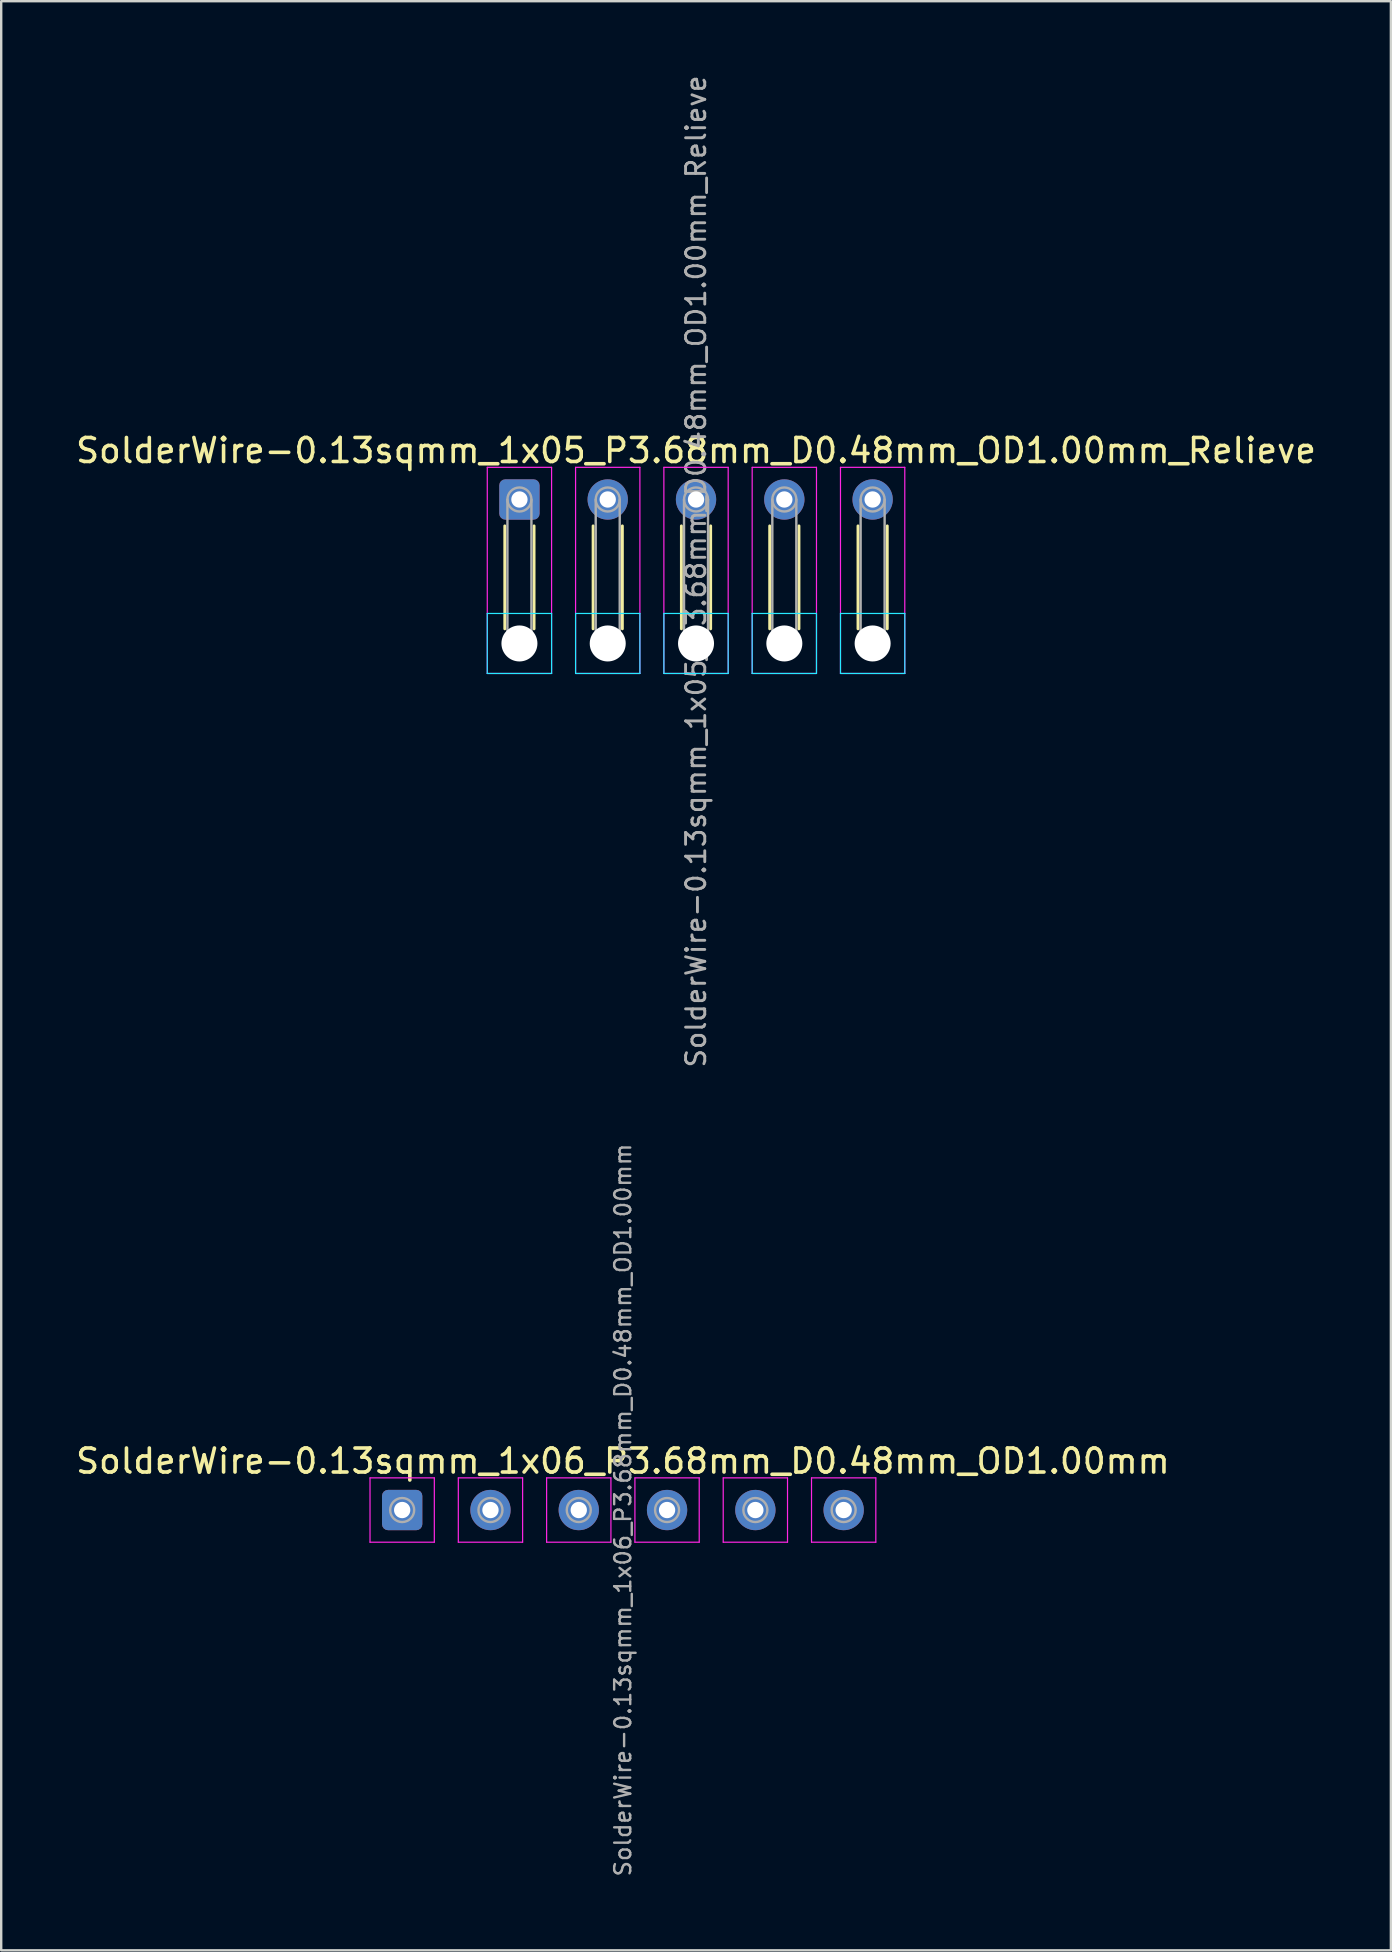
<source format=kicad_pcb>
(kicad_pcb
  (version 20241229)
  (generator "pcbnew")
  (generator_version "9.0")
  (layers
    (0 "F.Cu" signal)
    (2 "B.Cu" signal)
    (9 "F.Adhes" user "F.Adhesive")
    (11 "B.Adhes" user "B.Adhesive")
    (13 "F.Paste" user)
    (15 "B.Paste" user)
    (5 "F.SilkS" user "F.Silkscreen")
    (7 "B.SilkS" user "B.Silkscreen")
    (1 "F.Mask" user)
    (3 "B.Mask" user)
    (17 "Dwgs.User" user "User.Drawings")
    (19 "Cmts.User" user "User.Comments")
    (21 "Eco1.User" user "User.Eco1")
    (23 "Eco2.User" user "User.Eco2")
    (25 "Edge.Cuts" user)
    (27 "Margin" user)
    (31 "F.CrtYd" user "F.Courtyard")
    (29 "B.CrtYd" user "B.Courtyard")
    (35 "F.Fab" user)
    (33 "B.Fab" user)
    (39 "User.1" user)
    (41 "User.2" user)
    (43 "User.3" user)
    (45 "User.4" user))
  (footprint "SolderWire-0.13sqmm_1x05_P3.68mm_D0.48mm_OD1.00mm_Relieve"
    (layer "F.Cu")
    (at 18.598 17.767)
    (property "Reference" "SolderWire-0.13sqmm_1x05_P3.68mm_D0.48mm_OD1.00mm_Relieve" (at 7.36 -2.04 0) (layer "F.SilkS") (effects (font (size 1 1) (thickness 0.15))))
    (attr exclude_from_pos_files exclude_from_bom)
    (fp_line (start -0.61 1.1) (end -0.61 5.39) (stroke (width 0.12) (type solid)) (layer "F.SilkS"))
    (fp_line (start 0.61 1.1) (end 0.61 5.39) (stroke (width 0.12) (type solid)) (layer "F.SilkS"))
    (fp_line (start 3.07 1.1) (end 3.07 5.39) (stroke (width 0.12) (type solid)) (layer "F.SilkS"))
    (fp_line (start 4.29 1.1) (end 4.29 5.39) (stroke (width 0.12) (type solid)) (layer "F.SilkS"))
    (fp_line (start 6.75 1.1) (end 6.75 5.39) (stroke (width 0.12) (type solid)) (layer "F.SilkS"))
    (fp_line (start 7.97 1.1) (end 7.97 5.39) (stroke (width 0.12) (type solid)) (layer "F.SilkS"))
    (fp_line (start 10.43 1.1) (end 10.43 5.39) (stroke (width 0.12) (type solid)) (layer "F.SilkS"))
    (fp_line (start 11.65 1.1) (end 11.65 5.39) (stroke (width 0.12) (type solid)) (layer "F.SilkS"))
    (fp_line (start 14.11 1.1) (end 14.11 5.39) (stroke (width 0.12) (type solid)) (layer "F.SilkS"))
    (fp_line (start 15.33 1.1) (end 15.33 5.39) (stroke (width 0.12) (type solid)) (layer "F.SilkS"))
    (fp_line (start -1.34 4.75) (end -1.34 7.25) (stroke (width 0.05) (type solid)) (layer "B.CrtYd"))
    (fp_line (start -1.34 7.25) (end 1.34 7.25) (stroke (width 0.05) (type solid)) (layer "B.CrtYd"))
    (fp_line (start 1.34 4.75) (end -1.34 4.75) (stroke (width 0.05) (type solid)) (layer "B.CrtYd"))
    (fp_line (start 1.34 7.25) (end 1.34 4.75) (stroke (width 0.05) (type solid)) (layer "B.CrtYd"))
    (fp_line (start 2.34 4.75) (end 2.34 7.25) (stroke (width 0.05) (type solid)) (layer "B.CrtYd"))
    (fp_line (start 2.34 7.25) (end 5.02 7.25) (stroke (width 0.05) (type solid)) (layer "B.CrtYd"))
    (fp_line (start 5.02 4.75) (end 2.34 4.75) (stroke (width 0.05) (type solid)) (layer "B.CrtYd"))
    (fp_line (start 5.02 7.25) (end 5.02 4.75) (stroke (width 0.05) (type solid)) (layer "B.CrtYd"))
    (fp_line (start 6.02 4.75) (end 6.02 7.25) (stroke (width 0.05) (type solid)) (layer "B.CrtYd"))
    (fp_line (start 6.02 7.25) (end 8.7 7.25) (stroke (width 0.05) (type solid)) (layer "B.CrtYd"))
    (fp_line (start 8.7 4.75) (end 6.02 4.75) (stroke (width 0.05) (type solid)) (layer "B.CrtYd"))
    (fp_line (start 8.7 7.25) (end 8.7 4.75) (stroke (width 0.05) (type solid)) (layer "B.CrtYd"))
    (fp_line (start 9.7 4.75) (end 9.7 7.25) (stroke (width 0.05) (type solid)) (layer "B.CrtYd"))
    (fp_line (start 9.7 7.25) (end 12.38 7.25) (stroke (width 0.05) (type solid)) (layer "B.CrtYd"))
    (fp_line (start 12.38 4.75) (end 9.7 4.75) (stroke (width 0.05) (type solid)) (layer "B.CrtYd"))
    (fp_line (start 12.38 7.25) (end 12.38 4.75) (stroke (width 0.05) (type solid)) (layer "B.CrtYd"))
    (fp_line (start 13.38 4.75) (end 13.38 7.25) (stroke (width 0.05) (type solid)) (layer "B.CrtYd"))
    (fp_line (start 13.38 7.25) (end 16.06 7.25) (stroke (width 0.05) (type solid)) (layer "B.CrtYd"))
    (fp_line (start 16.06 4.75) (end 13.38 4.75) (stroke (width 0.05) (type solid)) (layer "B.CrtYd"))
    (fp_line (start 16.06 7.25) (end 16.06 4.75) (stroke (width 0.05) (type solid)) (layer "B.CrtYd"))
    (fp_line (start -1.34 -1.34) (end -1.34 7.25) (stroke (width 0.05) (type solid)) (layer "F.CrtYd"))
    (fp_line (start -1.34 7.25) (end 1.34 7.25) (stroke (width 0.05) (type solid)) (layer "F.CrtYd"))
    (fp_line (start 1.34 -1.34) (end -1.34 -1.34) (stroke (width 0.05) (type solid)) (layer "F.CrtYd"))
    (fp_line (start 1.34 7.25) (end 1.34 -1.34) (stroke (width 0.05) (type solid)) (layer "F.CrtYd"))
    (fp_line (start 2.34 -1.34) (end 2.34 7.25) (stroke (width 0.05) (type solid)) (layer "F.CrtYd"))
    (fp_line (start 2.34 7.25) (end 5.02 7.25) (stroke (width 0.05) (type solid)) (layer "F.CrtYd"))
    (fp_line (start 5.02 -1.34) (end 2.34 -1.34) (stroke (width 0.05) (type solid)) (layer "F.CrtYd"))
    (fp_line (start 5.02 7.25) (end 5.02 -1.34) (stroke (width 0.05) (type solid)) (layer "F.CrtYd"))
    (fp_line (start 6.02 -1.34) (end 6.02 7.25) (stroke (width 0.05) (type solid)) (layer "F.CrtYd"))
    (fp_line (start 6.02 7.25) (end 8.7 7.25) (stroke (width 0.05) (type solid)) (layer "F.CrtYd"))
    (fp_line (start 8.7 -1.34) (end 6.02 -1.34) (stroke (width 0.05) (type solid)) (layer "F.CrtYd"))
    (fp_line (start 8.7 7.25) (end 8.7 -1.34) (stroke (width 0.05) (type solid)) (layer "F.CrtYd"))
    (fp_line (start 9.7 -1.34) (end 9.7 7.25) (stroke (width 0.05) (type solid)) (layer "F.CrtYd"))
    (fp_line (start 9.7 7.25) (end 12.38 7.25) (stroke (width 0.05) (type solid)) (layer "F.CrtYd"))
    (fp_line (start 12.38 -1.34) (end 9.7 -1.34) (stroke (width 0.05) (type solid)) (layer "F.CrtYd"))
    (fp_line (start 12.38 7.25) (end 12.38 -1.34) (stroke (width 0.05) (type solid)) (layer "F.CrtYd"))
    (fp_line (start 13.38 -1.34) (end 13.38 7.25) (stroke (width 0.05) (type solid)) (layer "F.CrtYd"))
    (fp_line (start 13.38 7.25) (end 16.06 7.25) (stroke (width 0.05) (type solid)) (layer "F.CrtYd"))
    (fp_line (start 16.06 -1.34) (end 13.38 -1.34) (stroke (width 0.05) (type solid)) (layer "F.CrtYd"))
    (fp_line (start 16.06 7.25) (end 16.06 -1.34) (stroke (width 0.05) (type solid)) (layer "F.CrtYd"))
    (fp_line (start -0.5 0) (end -0.5 6) (stroke (width 0.1) (type solid)) (layer "F.Fab"))
    (fp_line (start 0.5 0) (end 0.5 6) (stroke (width 0.1) (type solid)) (layer "F.Fab"))
    (fp_line (start 3.18 0) (end 3.18 6) (stroke (width 0.1) (type solid)) (layer "F.Fab"))
    (fp_line (start 4.18 0) (end 4.18 6) (stroke (width 0.1) (type solid)) (layer "F.Fab"))
    (fp_line (start 6.86 0) (end 6.86 6) (stroke (width 0.1) (type solid)) (layer "F.Fab"))
    (fp_line (start 7.86 0) (end 7.86 6) (stroke (width 0.1) (type solid)) (layer "F.Fab"))
    (fp_line (start 10.54 0) (end 10.54 6) (stroke (width 0.1) (type solid)) (layer "F.Fab"))
    (fp_line (start 11.54 0) (end 11.54 6) (stroke (width 0.1) (type solid)) (layer "F.Fab"))
    (fp_line (start 14.22 0) (end 14.22 6) (stroke (width 0.1) (type solid)) (layer "F.Fab"))
    (fp_line (start 15.22 0) (end 15.22 6) (stroke (width 0.1) (type solid)) (layer "F.Fab"))
    (fp_circle (center 0 0) (end 0.5 0) (stroke (width 0.1) (type solid)) (fill no) (layer "F.Fab"))
    (fp_circle (center 0 6) (end 0.5 6) (stroke (width 0.1) (type solid)) (fill no) (layer "F.Fab"))
    (fp_circle (center 3.68 0) (end 4.18 0) (stroke (width 0.1) (type solid)) (fill no) (layer "F.Fab"))
    (fp_circle (center 3.68 6) (end 4.18 6) (stroke (width 0.1) (type solid)) (fill no) (layer "F.Fab"))
    (fp_circle (center 7.36 0) (end 7.86 0) (stroke (width 0.1) (type solid)) (fill no) (layer "F.Fab"))
    (fp_circle (center 7.36 6) (end 7.86 6) (stroke (width 0.1) (type solid)) (fill no) (layer "F.Fab"))
    (fp_circle (center 11.04 0) (end 11.54 0) (stroke (width 0.1) (type solid)) (fill no) (layer "F.Fab"))
    (fp_circle (center 11.04 6) (end 11.54 6) (stroke (width 0.1) (type solid)) (fill no) (layer "F.Fab"))
    (fp_circle (center 14.72 0) (end 15.22 0) (stroke (width 0.1) (type solid)) (fill no) (layer "F.Fab"))
    (fp_circle (center 14.72 6) (end 15.22 6) (stroke (width 0.1) (type solid)) (fill no) (layer "F.Fab"))
    (fp_text user "${REFERENCE}" (at 7.36 3 90) (layer "F.Fab") (effects (font (size 0.8 0.8) (thickness 0.12))))
    (pad "" np_thru_hole circle (at 0 6) (size 1.5 1.5) (drill 1.5) (layers "*.Cu" "*.Mask"))
    (pad "" np_thru_hole circle (at 3.68 6) (size 1.5 1.5) (drill 1.5) (layers "*.Cu" "*.Mask"))
    (pad "" np_thru_hole circle (at 7.36 6) (size 1.5 1.5) (drill 1.5) (layers "*.Cu" "*.Mask"))
    (pad "" np_thru_hole circle (at 11.04 6) (size 1.5 1.5) (drill 1.5) (layers "*.Cu" "*.Mask"))
    (pad "" np_thru_hole circle (at 14.72 6) (size 1.5 1.5) (drill 1.5) (layers "*.Cu" "*.Mask"))
    (pad "1" thru_hole roundrect (at 0 0) (size 1.68 1.68) (drill 0.68) (layers "*.Cu" "*.Mask") (roundrect_rratio 0.149))
    (pad "2" thru_hole circle (at 3.68 0) (size 1.68 1.68) (drill 0.68) (layers "*.Cu" "*.Mask"))
    (pad "3" thru_hole circle (at 7.36 0) (size 1.68 1.68) (drill 0.68) (layers "*.Cu" "*.Mask"))
    (pad "4" thru_hole circle (at 11.04 0) (size 1.68 1.68) (drill 0.68) (layers "*.Cu" "*.Mask"))
    (pad "5" thru_hole circle (at 14.72 0) (size 1.68 1.68) (drill 0.68) (layers "*.Cu" "*.Mask")))
  (footprint "SolderWire-0.13sqmm_1x06_P3.68mm_D0.48mm_OD1.00mm"
    (layer "F.Cu")
    (at 13.711 59.883)
    (property "Reference" "SolderWire-0.13sqmm_1x06_P3.68mm_D0.48mm_OD1.00mm" (at 9.2 -2.04 0) (layer "F.SilkS") (effects (font (size 1 1) (thickness 0.15))))
    (attr exclude_from_pos_files exclude_from_bom)
    (fp_line (start -1.34 -1.34) (end -1.34 1.34) (stroke (width 0.05) (type solid)) (layer "F.CrtYd"))
    (fp_line (start -1.34 1.34) (end 1.34 1.34) (stroke (width 0.05) (type solid)) (layer "F.CrtYd"))
    (fp_line (start 1.34 -1.34) (end -1.34 -1.34) (stroke (width 0.05) (type solid)) (layer "F.CrtYd"))
    (fp_line (start 1.34 1.34) (end 1.34 -1.34) (stroke (width 0.05) (type solid)) (layer "F.CrtYd"))
    (fp_line (start 2.34 -1.34) (end 2.34 1.34) (stroke (width 0.05) (type solid)) (layer "F.CrtYd"))
    (fp_line (start 2.34 1.34) (end 5.02 1.34) (stroke (width 0.05) (type solid)) (layer "F.CrtYd"))
    (fp_line (start 5.02 -1.34) (end 2.34 -1.34) (stroke (width 0.05) (type solid)) (layer "F.CrtYd"))
    (fp_line (start 5.02 1.34) (end 5.02 -1.34) (stroke (width 0.05) (type solid)) (layer "F.CrtYd"))
    (fp_line (start 6.02 -1.34) (end 6.02 1.34) (stroke (width 0.05) (type solid)) (layer "F.CrtYd"))
    (fp_line (start 6.02 1.34) (end 8.7 1.34) (stroke (width 0.05) (type solid)) (layer "F.CrtYd"))
    (fp_line (start 8.7 -1.34) (end 6.02 -1.34) (stroke (width 0.05) (type solid)) (layer "F.CrtYd"))
    (fp_line (start 8.7 1.34) (end 8.7 -1.34) (stroke (width 0.05) (type solid)) (layer "F.CrtYd"))
    (fp_line (start 9.7 -1.34) (end 9.7 1.34) (stroke (width 0.05) (type solid)) (layer "F.CrtYd"))
    (fp_line (start 9.7 1.34) (end 12.38 1.34) (stroke (width 0.05) (type solid)) (layer "F.CrtYd"))
    (fp_line (start 12.38 -1.34) (end 9.7 -1.34) (stroke (width 0.05) (type solid)) (layer "F.CrtYd"))
    (fp_line (start 12.38 1.34) (end 12.38 -1.34) (stroke (width 0.05) (type solid)) (layer "F.CrtYd"))
    (fp_line (start 13.38 -1.34) (end 13.38 1.34) (stroke (width 0.05) (type solid)) (layer "F.CrtYd"))
    (fp_line (start 13.38 1.34) (end 16.06 1.34) (stroke (width 0.05) (type solid)) (layer "F.CrtYd"))
    (fp_line (start 16.06 -1.34) (end 13.38 -1.34) (stroke (width 0.05) (type solid)) (layer "F.CrtYd"))
    (fp_line (start 16.06 1.34) (end 16.06 -1.34) (stroke (width 0.05) (type solid)) (layer "F.CrtYd"))
    (fp_line (start 17.06 -1.34) (end 17.06 1.34) (stroke (width 0.05) (type solid)) (layer "F.CrtYd"))
    (fp_line (start 17.06 1.34) (end 19.74 1.34) (stroke (width 0.05) (type solid)) (layer "F.CrtYd"))
    (fp_line (start 19.74 -1.34) (end 17.06 -1.34) (stroke (width 0.05) (type solid)) (layer "F.CrtYd"))
    (fp_line (start 19.74 1.34) (end 19.74 -1.34) (stroke (width 0.05) (type solid)) (layer "F.CrtYd"))
    (fp_circle (center 0 0) (end 0.5 0) (stroke (width 0.1) (type solid)) (fill no) (layer "F.Fab"))
    (fp_circle (center 3.68 0) (end 4.18 0) (stroke (width 0.1) (type solid)) (fill no) (layer "F.Fab"))
    (fp_circle (center 7.36 0) (end 7.86 0) (stroke (width 0.1) (type solid)) (fill no) (layer "F.Fab"))
    (fp_circle (center 11.04 0) (end 11.54 0) (stroke (width 0.1) (type solid)) (fill no) (layer "F.Fab"))
    (fp_circle (center 14.72 0) (end 15.22 0) (stroke (width 0.1) (type solid)) (fill no) (layer "F.Fab"))
    (fp_circle (center 18.4 0) (end 18.9 0) (stroke (width 0.1) (type solid)) (fill no) (layer "F.Fab"))
    (fp_text user "${REFERENCE}" (at 9.2 0 90) (layer "F.Fab") (effects (font (size 0.67 0.67) (thickness 0.1))))
    (pad "1" thru_hole roundrect (at 0 0) (size 1.68 1.68) (drill 0.68) (layers "*.Cu" "*.Mask") (roundrect_rratio 0.149))
    (pad "2" thru_hole circle (at 3.68 0) (size 1.68 1.68) (drill 0.68) (layers "*.Cu" "*.Mask"))
    (pad "3" thru_hole circle (at 7.36 0) (size 1.68 1.68) (drill 0.68) (layers "*.Cu" "*.Mask"))
    (pad "4" thru_hole circle (at 11.04 0) (size 1.68 1.68) (drill 0.68) (layers "*.Cu" "*.Mask"))
    (pad "5" thru_hole circle (at 14.72 0) (size 1.68 1.68) (drill 0.68) (layers "*.Cu" "*.Mask"))
    (pad "6" thru_hole circle (at 18.4 0) (size 1.68 1.68) (drill 0.68) (layers "*.Cu" "*.Mask")))
  (gr_rect
    (start -3 -3)
    (end 54.917 78.232)
    (stroke (width 0.1) (type default))
    (fill no)
    (layer "Edge.Cuts")))
</source>
